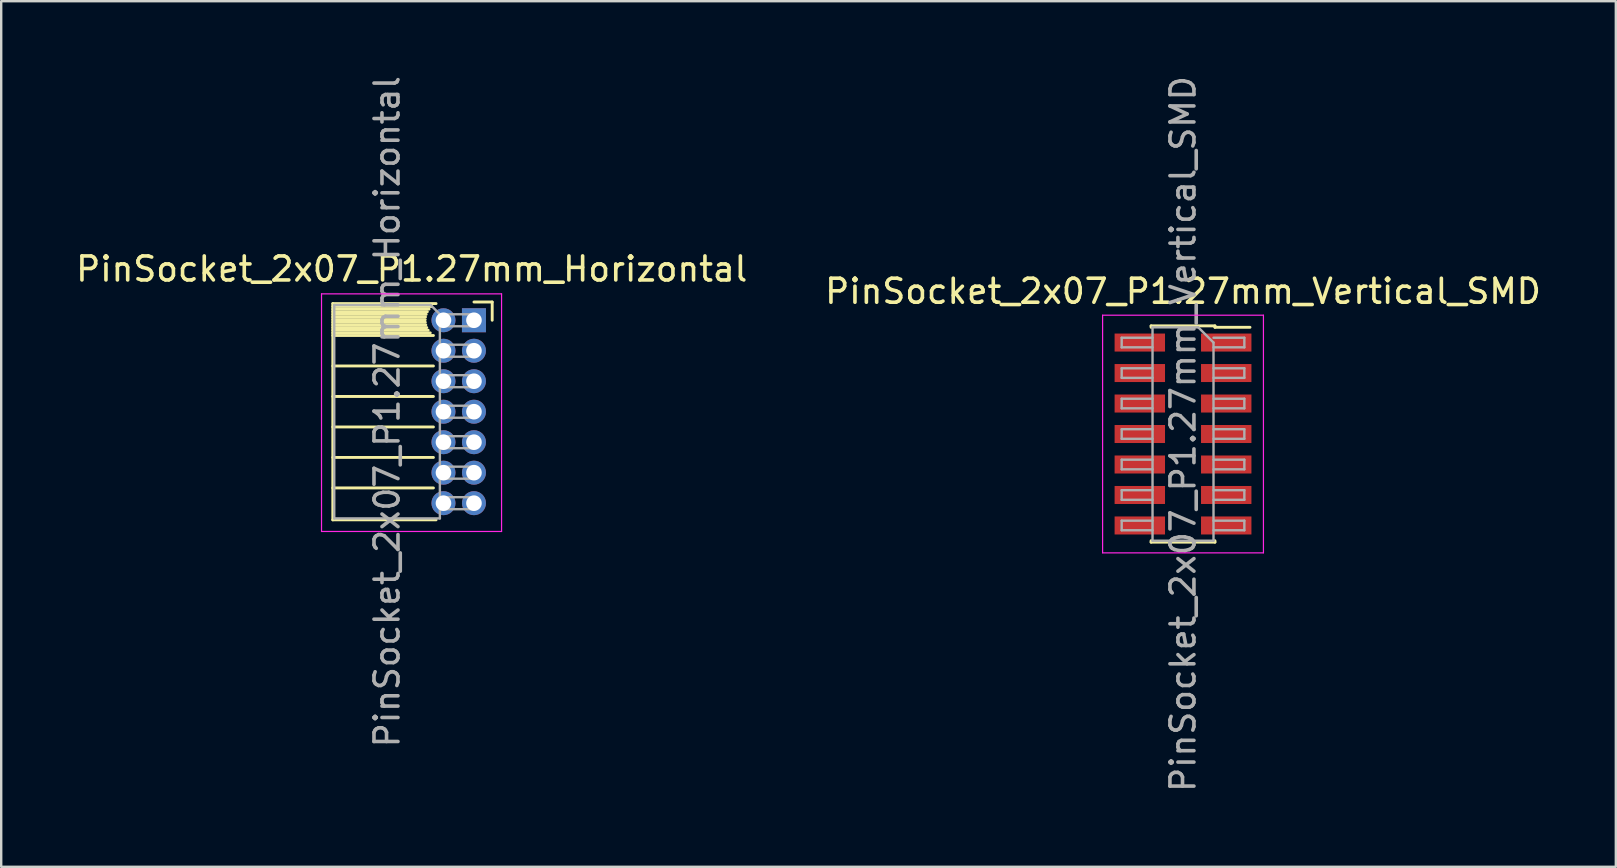
<source format=kicad_pcb>
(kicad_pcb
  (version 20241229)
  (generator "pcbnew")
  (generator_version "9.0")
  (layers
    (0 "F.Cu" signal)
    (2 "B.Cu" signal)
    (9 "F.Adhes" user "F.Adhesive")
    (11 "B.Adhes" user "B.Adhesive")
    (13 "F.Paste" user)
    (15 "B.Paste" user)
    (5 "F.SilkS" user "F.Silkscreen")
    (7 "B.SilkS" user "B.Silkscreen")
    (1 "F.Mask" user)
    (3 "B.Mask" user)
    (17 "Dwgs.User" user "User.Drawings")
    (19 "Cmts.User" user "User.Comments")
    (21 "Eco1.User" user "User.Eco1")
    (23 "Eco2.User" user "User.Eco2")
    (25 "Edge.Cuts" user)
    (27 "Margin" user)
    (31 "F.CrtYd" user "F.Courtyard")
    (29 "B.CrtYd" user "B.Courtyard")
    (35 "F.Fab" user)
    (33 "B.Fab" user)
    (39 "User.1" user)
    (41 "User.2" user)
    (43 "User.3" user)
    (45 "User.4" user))
  (footprint "PinSocket_2x07_P1.27mm_Vertical_SMD"
    (layer "F.Cu")
    (at 46.232 15.03)
    (property "Reference" "PinSocket_2x07_P1.27mm_Vertical_SMD" (at 0 -5.945 0) (layer "F.SilkS") (effects (font (size 1 1) (thickness 0.15))))
    (attr smd)
    (fp_line (start -1.33 -4.505) (end -1.33 -4.445) (stroke (width 0.12) (type solid)) (layer "F.SilkS"))
    (fp_line (start -1.33 -4.505) (end 1.33 -4.505) (stroke (width 0.12) (type solid)) (layer "F.SilkS"))
    (fp_line (start -1.33 4.445) (end -1.33 4.505) (stroke (width 0.12) (type solid)) (layer "F.SilkS"))
    (fp_line (start -1.33 4.505) (end 1.33 4.505) (stroke (width 0.12) (type solid)) (layer "F.SilkS"))
    (fp_line (start 1.33 -4.505) (end 1.33 -4.445) (stroke (width 0.12) (type solid)) (layer "F.SilkS"))
    (fp_line (start 1.33 -4.445) (end 2.79 -4.445) (stroke (width 0.12) (type solid)) (layer "F.SilkS"))
    (fp_line (start 1.33 4.445) (end 1.33 4.505) (stroke (width 0.12) (type solid)) (layer "F.SilkS"))
    (fp_line (start -3.35 -4.95) (end 3.35 -4.95) (stroke (width 0.05) (type solid)) (layer "F.CrtYd"))
    (fp_line (start -3.35 4.95) (end -3.35 -4.95) (stroke (width 0.05) (type solid)) (layer "F.CrtYd"))
    (fp_line (start 3.35 -4.95) (end 3.35 4.95) (stroke (width 0.05) (type solid)) (layer "F.CrtYd"))
    (fp_line (start 3.35 4.95) (end -3.35 4.95) (stroke (width 0.05) (type solid)) (layer "F.CrtYd"))
    (fp_line (start -2.555 -4.01) (end -1.27 -4.01) (stroke (width 0.1) (type solid)) (layer "F.Fab"))
    (fp_line (start -2.555 -3.61) (end -2.555 -4.01) (stroke (width 0.1) (type solid)) (layer "F.Fab"))
    (fp_line (start -2.555 -2.74) (end -1.27 -2.74) (stroke (width 0.1) (type solid)) (layer "F.Fab"))
    (fp_line (start -2.555 -2.34) (end -2.555 -2.74) (stroke (width 0.1) (type solid)) (layer "F.Fab"))
    (fp_line (start -2.555 -1.47) (end -1.27 -1.47) (stroke (width 0.1) (type solid)) (layer "F.Fab"))
    (fp_line (start -2.555 -1.07) (end -2.555 -1.47) (stroke (width 0.1) (type solid)) (layer "F.Fab"))
    (fp_line (start -2.555 -0.2) (end -1.27 -0.2) (stroke (width 0.1) (type solid)) (layer "F.Fab"))
    (fp_line (start -2.555 0.2) (end -2.555 -0.2) (stroke (width 0.1) (type solid)) (layer "F.Fab"))
    (fp_line (start -2.555 1.07) (end -1.27 1.07) (stroke (width 0.1) (type solid)) (layer "F.Fab"))
    (fp_line (start -2.555 1.47) (end -2.555 1.07) (stroke (width 0.1) (type solid)) (layer "F.Fab"))
    (fp_line (start -2.555 2.34) (end -1.27 2.34) (stroke (width 0.1) (type solid)) (layer "F.Fab"))
    (fp_line (start -2.555 2.74) (end -2.555 2.34) (stroke (width 0.1) (type solid)) (layer "F.Fab"))
    (fp_line (start -2.555 3.61) (end -1.27 3.61) (stroke (width 0.1) (type solid)) (layer "F.Fab"))
    (fp_line (start -2.555 4.01) (end -2.555 3.61) (stroke (width 0.1) (type solid)) (layer "F.Fab"))
    (fp_line (start -1.27 -4.445) (end 0.635 -4.445) (stroke (width 0.1) (type solid)) (layer "F.Fab"))
    (fp_line (start -1.27 -3.61) (end -2.555 -3.61) (stroke (width 0.1) (type solid)) (layer "F.Fab"))
    (fp_line (start -1.27 -2.34) (end -2.555 -2.34) (stroke (width 0.1) (type solid)) (layer "F.Fab"))
    (fp_line (start -1.27 -1.07) (end -2.555 -1.07) (stroke (width 0.1) (type solid)) (layer "F.Fab"))
    (fp_line (start -1.27 0.2) (end -2.555 0.2) (stroke (width 0.1) (type solid)) (layer "F.Fab"))
    (fp_line (start -1.27 1.47) (end -2.555 1.47) (stroke (width 0.1) (type solid)) (layer "F.Fab"))
    (fp_line (start -1.27 2.74) (end -2.555 2.74) (stroke (width 0.1) (type solid)) (layer "F.Fab"))
    (fp_line (start -1.27 4.01) (end -2.555 4.01) (stroke (width 0.1) (type solid)) (layer "F.Fab"))
    (fp_line (start -1.27 4.445) (end -1.27 -4.445) (stroke (width 0.1) (type solid)) (layer "F.Fab"))
    (fp_line (start 0.635 -4.445) (end 1.27 -3.81) (stroke (width 0.1) (type solid)) (layer "F.Fab"))
    (fp_line (start 1.27 -4.01) (end 2.555 -4.01) (stroke (width 0.1) (type solid)) (layer "F.Fab"))
    (fp_line (start 1.27 -3.81) (end 1.27 4.445) (stroke (width 0.1) (type solid)) (layer "F.Fab"))
    (fp_line (start 1.27 -2.74) (end 2.555 -2.74) (stroke (width 0.1) (type solid)) (layer "F.Fab"))
    (fp_line (start 1.27 -1.47) (end 2.555 -1.47) (stroke (width 0.1) (type solid)) (layer "F.Fab"))
    (fp_line (start 1.27 -0.2) (end 2.555 -0.2) (stroke (width 0.1) (type solid)) (layer "F.Fab"))
    (fp_line (start 1.27 1.07) (end 2.555 1.07) (stroke (width 0.1) (type solid)) (layer "F.Fab"))
    (fp_line (start 1.27 2.34) (end 2.555 2.34) (stroke (width 0.1) (type solid)) (layer "F.Fab"))
    (fp_line (start 1.27 3.61) (end 2.555 3.61) (stroke (width 0.1) (type solid)) (layer "F.Fab"))
    (fp_line (start 1.27 4.445) (end -1.27 4.445) (stroke (width 0.1) (type solid)) (layer "F.Fab"))
    (fp_line (start 2.555 -4.01) (end 2.555 -3.61) (stroke (width 0.1) (type solid)) (layer "F.Fab"))
    (fp_line (start 2.555 -3.61) (end 1.27 -3.61) (stroke (width 0.1) (type solid)) (layer "F.Fab"))
    (fp_line (start 2.555 -2.74) (end 2.555 -2.34) (stroke (width 0.1) (type solid)) (layer "F.Fab"))
    (fp_line (start 2.555 -2.34) (end 1.27 -2.34) (stroke (width 0.1) (type solid)) (layer "F.Fab"))
    (fp_line (start 2.555 -1.47) (end 2.555 -1.07) (stroke (width 0.1) (type solid)) (layer "F.Fab"))
    (fp_line (start 2.555 -1.07) (end 1.27 -1.07) (stroke (width 0.1) (type solid)) (layer "F.Fab"))
    (fp_line (start 2.555 -0.2) (end 2.555 0.2) (stroke (width 0.1) (type solid)) (layer "F.Fab"))
    (fp_line (start 2.555 0.2) (end 1.27 0.2) (stroke (width 0.1) (type solid)) (layer "F.Fab"))
    (fp_line (start 2.555 1.07) (end 2.555 1.47) (stroke (width 0.1) (type solid)) (layer "F.Fab"))
    (fp_line (start 2.555 1.47) (end 1.27 1.47) (stroke (width 0.1) (type solid)) (layer "F.Fab"))
    (fp_line (start 2.555 2.34) (end 2.555 2.74) (stroke (width 0.1) (type solid)) (layer "F.Fab"))
    (fp_line (start 2.555 2.74) (end 1.27 2.74) (stroke (width 0.1) (type solid)) (layer "F.Fab"))
    (fp_line (start 2.555 3.61) (end 2.555 4.01) (stroke (width 0.1) (type solid)) (layer "F.Fab"))
    (fp_line (start 2.555 4.01) (end 1.27 4.01) (stroke (width 0.1) (type solid)) (layer "F.Fab"))
    (fp_text user "${REFERENCE}" (at 0 0 90) (layer "F.Fab") (effects (font (size 1 1) (thickness 0.15))))
    (pad "1" smd rect (at 1.8 -3.81) (size 2.1 0.75) (layers "F.Cu" "F.Mask" "F.Paste"))
    (pad "2" smd rect (at -1.8 -3.81) (size 2.1 0.75) (layers "F.Cu" "F.Mask" "F.Paste"))
    (pad "3" smd rect (at 1.8 -2.54) (size 2.1 0.75) (layers "F.Cu" "F.Mask" "F.Paste"))
    (pad "4" smd rect (at -1.8 -2.54) (size 2.1 0.75) (layers "F.Cu" "F.Mask" "F.Paste"))
    (pad "5" smd rect (at 1.8 -1.27) (size 2.1 0.75) (layers "F.Cu" "F.Mask" "F.Paste"))
    (pad "6" smd rect (at -1.8 -1.27) (size 2.1 0.75) (layers "F.Cu" "F.Mask" "F.Paste"))
    (pad "7" smd rect (at 1.8 0) (size 2.1 0.75) (layers "F.Cu" "F.Mask" "F.Paste"))
    (pad "8" smd rect (at -1.8 0) (size 2.1 0.75) (layers "F.Cu" "F.Mask" "F.Paste"))
    (pad "9" smd rect (at 1.8 1.27) (size 2.1 0.75) (layers "F.Cu" "F.Mask" "F.Paste"))
    (pad "10" smd rect (at -1.8 1.27) (size 2.1 0.75) (layers "F.Cu" "F.Mask" "F.Paste"))
    (pad "11" smd rect (at 1.8 2.54) (size 2.1 0.75) (layers "F.Cu" "F.Mask" "F.Paste"))
    (pad "12" smd rect (at -1.8 2.54) (size 2.1 0.75) (layers "F.Cu" "F.Mask" "F.Paste"))
    (pad "13" smd rect (at 1.8 3.81) (size 2.1 0.75) (layers "F.Cu" "F.Mask" "F.Paste"))
    (pad "14" smd rect (at -1.8 3.81) (size 2.1 0.75) (layers "F.Cu" "F.Mask" "F.Paste")))
  (footprint "PinSocket_2x07_P1.27mm_Horizontal"
    (layer "F.Cu")
    (at 16.694 10.291)
    (property "Reference" "PinSocket_2x07_P1.27mm_Horizontal" (at -2.592 -2.135 0) (layer "F.SilkS") (effects (font (size 1 1) (thickness 0.15))))
    (attr through_hole)
    (fp_line (start -5.88 -0.695) (end -5.88 8.315) (stroke (width 0.12) (type solid)) (layer "F.SilkS"))
    (fp_line (start -5.88 -0.695) (end -1.578 -0.695) (stroke (width 0.12) (type solid)) (layer "F.SilkS"))
    (fp_line (start -5.88 -0.575) (end -1.767 -0.575) (stroke (width 0.12) (type solid)) (layer "F.SilkS"))
    (fp_line (start -5.88 -0.465) (end -1.871 -0.465) (stroke (width 0.12) (type solid)) (layer "F.SilkS"))
    (fp_line (start -5.88 -0.355) (end -1.942 -0.355) (stroke (width 0.12) (type solid)) (layer "F.SilkS"))
    (fp_line (start -5.88 -0.245) (end -1.989 -0.245) (stroke (width 0.12) (type solid)) (layer "F.SilkS"))
    (fp_line (start -5.88 -0.135) (end -2.018 -0.135) (stroke (width 0.12) (type solid)) (layer "F.SilkS"))
    (fp_line (start -5.88 -0.025) (end -2.03 -0.025) (stroke (width 0.12) (type solid)) (layer "F.SilkS"))
    (fp_line (start -5.88 0.085) (end -2.025 0.085) (stroke (width 0.12) (type solid)) (layer "F.SilkS"))
    (fp_line (start -5.88 0.195) (end -2.005 0.195) (stroke (width 0.12) (type solid)) (layer "F.SilkS"))
    (fp_line (start -5.88 0.305) (end -1.966 0.305) (stroke (width 0.12) (type solid)) (layer "F.SilkS"))
    (fp_line (start -5.88 0.415) (end -1.907 0.415) (stroke (width 0.12) (type solid)) (layer "F.SilkS"))
    (fp_line (start -5.88 0.525) (end -1.82 0.525) (stroke (width 0.12) (type solid)) (layer "F.SilkS"))
    (fp_line (start -5.88 0.635) (end -1.688 0.635) (stroke (width 0.12) (type solid)) (layer "F.SilkS"))
    (fp_line (start -5.88 1.905) (end -1.688 1.905) (stroke (width 0.12) (type solid)) (layer "F.SilkS"))
    (fp_line (start -5.88 3.175) (end -1.688 3.175) (stroke (width 0.12) (type solid)) (layer "F.SilkS"))
    (fp_line (start -5.88 4.445) (end -1.688 4.445) (stroke (width 0.12) (type solid)) (layer "F.SilkS"))
    (fp_line (start -5.88 5.715) (end -1.688 5.715) (stroke (width 0.12) (type solid)) (layer "F.SilkS"))
    (fp_line (start -5.88 6.985) (end -1.688 6.985) (stroke (width 0.12) (type solid)) (layer "F.SilkS"))
    (fp_line (start -5.88 8.315) (end -1.578 8.315) (stroke (width 0.12) (type solid)) (layer "F.SilkS"))
    (fp_line (start 0 -0.76) (end 0.76 -0.76) (stroke (width 0.12) (type solid)) (layer "F.SilkS"))
    (fp_line (start 0.76 -0.76) (end 0.76 0) (stroke (width 0.12) (type solid)) (layer "F.SilkS"))
    (fp_line (start -6.35 -1.1) (end -6.35 8.8) (stroke (width 0.05) (type solid)) (layer "F.CrtYd"))
    (fp_line (start -6.35 8.8) (end 1.15 8.8) (stroke (width 0.05) (type solid)) (layer "F.CrtYd"))
    (fp_line (start 1.15 -1.1) (end -6.35 -1.1) (stroke (width 0.05) (type solid)) (layer "F.CrtYd"))
    (fp_line (start 1.15 8.8) (end 1.15 -1.1) (stroke (width 0.05) (type solid)) (layer "F.CrtYd"))
    (fp_line (start -5.82 -0.635) (end -1.805 -0.635) (stroke (width 0.1) (type solid)) (layer "F.Fab"))
    (fp_line (start -5.82 8.255) (end -5.82 -0.635) (stroke (width 0.1) (type solid)) (layer "F.Fab"))
    (fp_line (start -1.805 -0.635) (end -1.42 -0.25) (stroke (width 0.1) (type solid)) (layer "F.Fab"))
    (fp_line (start -1.42 -0.25) (end -1.42 8.255) (stroke (width 0.1) (type solid)) (layer "F.Fab"))
    (fp_line (start -1.42 0.25) (end 0 0.25) (stroke (width 0.1) (type solid)) (layer "F.Fab"))
    (fp_line (start -1.42 1.52) (end 0 1.52) (stroke (width 0.1) (type solid)) (layer "F.Fab"))
    (fp_line (start -1.42 2.79) (end 0 2.79) (stroke (width 0.1) (type solid)) (layer "F.Fab"))
    (fp_line (start -1.42 4.06) (end 0 4.06) (stroke (width 0.1) (type solid)) (layer "F.Fab"))
    (fp_line (start -1.42 5.33) (end 0 5.33) (stroke (width 0.1) (type solid)) (layer "F.Fab"))
    (fp_line (start -1.42 6.6) (end 0 6.6) (stroke (width 0.1) (type solid)) (layer "F.Fab"))
    (fp_line (start -1.42 7.87) (end 0 7.87) (stroke (width 0.1) (type solid)) (layer "F.Fab"))
    (fp_line (start -1.42 8.255) (end -5.82 8.255) (stroke (width 0.1) (type solid)) (layer "F.Fab"))
    (fp_line (start 0 -0.25) (end -1.42 -0.25) (stroke (width 0.1) (type solid)) (layer "F.Fab"))
    (fp_line (start 0 0.25) (end 0 -0.25) (stroke (width 0.1) (type solid)) (layer "F.Fab"))
    (fp_line (start 0 1.02) (end -1.42 1.02) (stroke (width 0.1) (type solid)) (layer "F.Fab"))
    (fp_line (start 0 1.52) (end 0 1.02) (stroke (width 0.1) (type solid)) (layer "F.Fab"))
    (fp_line (start 0 2.29) (end -1.42 2.29) (stroke (width 0.1) (type solid)) (layer "F.Fab"))
    (fp_line (start 0 2.79) (end 0 2.29) (stroke (width 0.1) (type solid)) (layer "F.Fab"))
    (fp_line (start 0 3.56) (end -1.42 3.56) (stroke (width 0.1) (type solid)) (layer "F.Fab"))
    (fp_line (start 0 4.06) (end 0 3.56) (stroke (width 0.1) (type solid)) (layer "F.Fab"))
    (fp_line (start 0 4.83) (end -1.42 4.83) (stroke (width 0.1) (type solid)) (layer "F.Fab"))
    (fp_line (start 0 5.33) (end 0 4.83) (stroke (width 0.1) (type solid)) (layer "F.Fab"))
    (fp_line (start 0 6.1) (end -1.42 6.1) (stroke (width 0.1) (type solid)) (layer "F.Fab"))
    (fp_line (start 0 6.6) (end 0 6.1) (stroke (width 0.1) (type solid)) (layer "F.Fab"))
    (fp_line (start 0 7.37) (end -1.42 7.37) (stroke (width 0.1) (type solid)) (layer "F.Fab"))
    (fp_line (start 0 7.87) (end 0 7.37) (stroke (width 0.1) (type solid)) (layer "F.Fab"))
    (fp_text user "${REFERENCE}" (at -3.62 3.81 90) (layer "F.Fab") (effects (font (size 1 1) (thickness 0.15))))
    (pad "1" thru_hole rect (at 0 0) (size 1 1) (drill 0.65) (layers "*.Cu" "*.Mask"))
    (pad "2" thru_hole oval (at -1.27 0) (size 1 1) (drill 0.65) (layers "*.Cu" "*.Mask"))
    (pad "3" thru_hole oval (at 0 1.27) (size 1 1) (drill 0.65) (layers "*.Cu" "*.Mask"))
    (pad "4" thru_hole oval (at -1.27 1.27) (size 1 1) (drill 0.65) (layers "*.Cu" "*.Mask"))
    (pad "5" thru_hole oval (at 0 2.54) (size 1 1) (drill 0.65) (layers "*.Cu" "*.Mask"))
    (pad "6" thru_hole oval (at -1.27 2.54) (size 1 1) (drill 0.65) (layers "*.Cu" "*.Mask"))
    (pad "7" thru_hole oval (at 0 3.81) (size 1 1) (drill 0.65) (layers "*.Cu" "*.Mask"))
    (pad "8" thru_hole oval (at -1.27 3.81) (size 1 1) (drill 0.65) (layers "*.Cu" "*.Mask"))
    (pad "9" thru_hole oval (at 0 5.08) (size 1 1) (drill 0.65) (layers "*.Cu" "*.Mask"))
    (pad "10" thru_hole oval (at -1.27 5.08) (size 1 1) (drill 0.65) (layers "*.Cu" "*.Mask"))
    (pad "11" thru_hole oval (at 0 6.35) (size 1 1) (drill 0.65) (layers "*.Cu" "*.Mask"))
    (pad "12" thru_hole oval (at -1.27 6.35) (size 1 1) (drill 0.65) (layers "*.Cu" "*.Mask"))
    (pad "13" thru_hole oval (at 0 7.62) (size 1 1) (drill 0.65) (layers "*.Cu" "*.Mask"))
    (pad "14" thru_hole oval (at -1.27 7.62) (size 1 1) (drill 0.65) (layers "*.Cu" "*.Mask")))
  (gr_rect
    (start -3 -3)
    (end 64.262 33.06)
    (stroke (width 0.1) (type default))
    (fill no)
    (layer "Edge.Cuts")))
</source>
